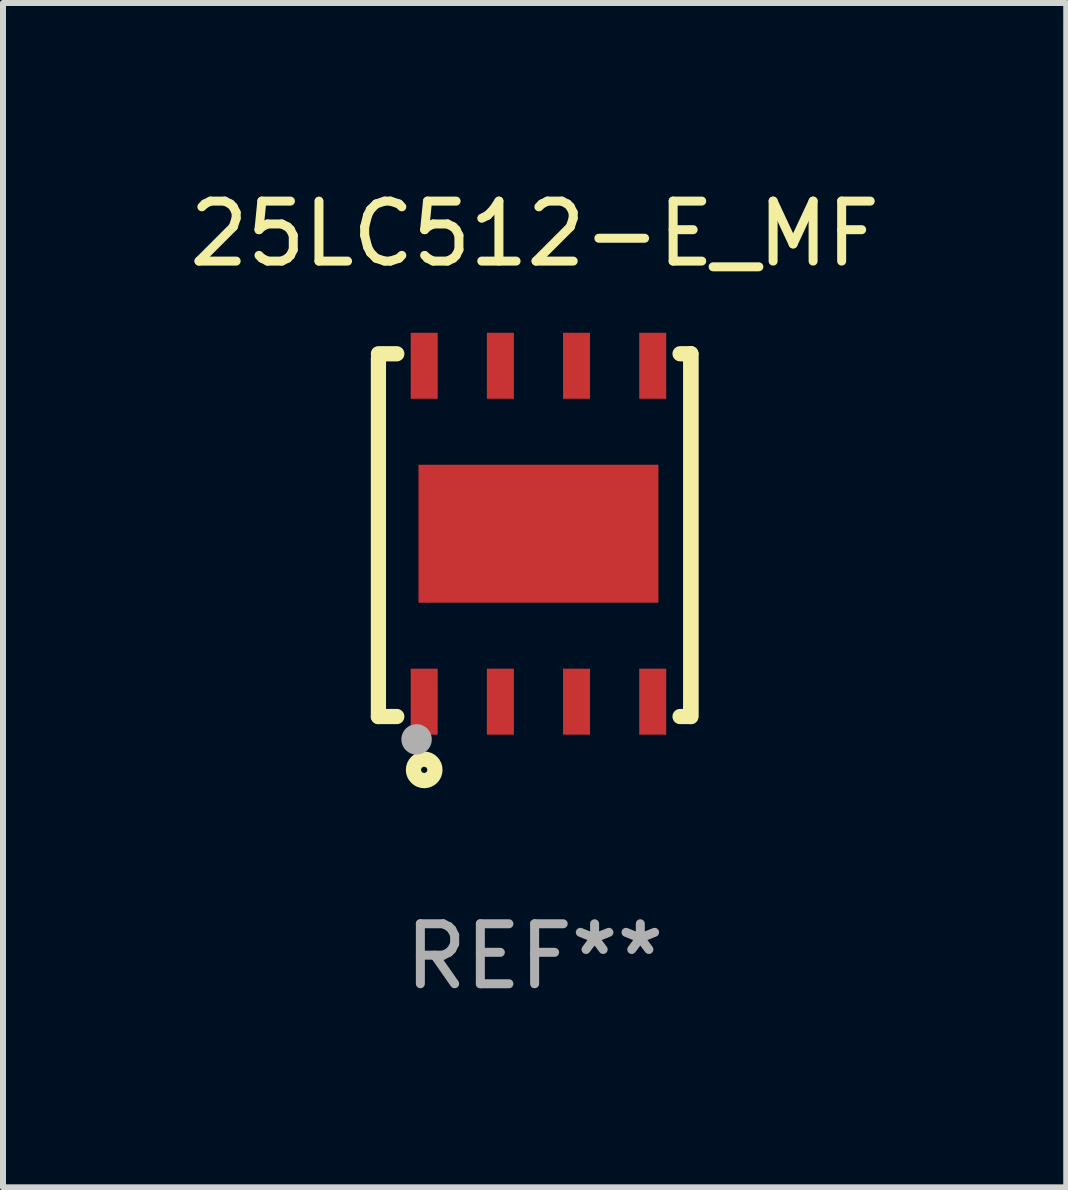
<source format=kicad_pcb>
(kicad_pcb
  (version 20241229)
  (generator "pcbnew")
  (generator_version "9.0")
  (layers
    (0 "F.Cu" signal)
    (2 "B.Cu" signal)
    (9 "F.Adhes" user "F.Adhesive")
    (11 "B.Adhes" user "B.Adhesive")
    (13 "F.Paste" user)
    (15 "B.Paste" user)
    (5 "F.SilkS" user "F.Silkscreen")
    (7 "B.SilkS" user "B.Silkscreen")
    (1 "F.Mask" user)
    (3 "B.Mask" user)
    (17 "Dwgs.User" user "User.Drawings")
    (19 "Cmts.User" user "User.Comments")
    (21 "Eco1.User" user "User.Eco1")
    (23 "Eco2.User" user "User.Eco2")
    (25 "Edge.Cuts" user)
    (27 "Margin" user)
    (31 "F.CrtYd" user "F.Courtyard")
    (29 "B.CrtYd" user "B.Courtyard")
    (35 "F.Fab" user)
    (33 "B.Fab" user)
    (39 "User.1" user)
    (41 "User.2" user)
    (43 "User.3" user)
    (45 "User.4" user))
  (footprint "25LC512-E_MF"
    (layer "F.Cu")
    (at 5.863 5.872)
    (property "Reference" "25LC512-E_MF" (at 0 -5.024 0) (layer "F.SilkS") (effects (font (size 1 1) (thickness 0.15))))
    (attr through_hole)
    (fp_line (start -2.604 -2.945) (end -2.604 3.024) (stroke (width 0.254) (type solid)) (layer "F.SilkS"))
    (fp_line (start -2.604 3.024) (end -2.298 3.024) (stroke (width 0.254) (type solid)) (layer "F.SilkS"))
    (fp_line (start -2.298 -3.024) (end -2.604 -3.024) (stroke (width 0.254) (type solid)) (layer "F.SilkS"))
    (fp_line (start 2.425 3.024) (end 2.604 3.024) (stroke (width 0.254) (type solid)) (layer "F.SilkS"))
    (fp_line (start 2.604 -3.024) (end 2.425 -3.024) (stroke (width 0.254) (type solid)) (layer "F.SilkS"))
    (fp_line (start 2.604 -3.024) (end 2.604 2.976) (stroke (width 0.254) (type solid)) (layer "F.SilkS"))
    (fp_line (start 2.604 3.024) (end 2.604 -3.024) (stroke (width 0.254) (type solid)) (layer "F.SilkS"))
    (fp_circle (center -2.436 2.976) (end -2.406 2.976) (stroke (width 0.06) (type solid)) (fill no) (layer "F.SilkS"))
    (fp_circle (center -1.841 3.913) (end -1.662 3.913) (stroke (width 0.254) (type solid)) (fill no) (layer "F.SilkS"))
    (fp_circle (center -1.968 3.405) (end -1.841 3.405) (stroke (width 0.254) (type solid)) (fill no) (layer "F.Fab"))
    (fp_text user "REF**" (at 0 7.024 0) (layer "F.Fab") (effects (font (size 1 1) (thickness 0.15))))
    (pad "1" smd rect (at -1.841 2.776) (size 0.45 1.1) (layers "F.Cu" "F.Mask" "F.Paste"))
    (pad "2" smd rect (at -0.571 2.776) (size 0.45 1.1) (layers "F.Cu" "F.Mask" "F.Paste"))
    (pad "3" smd rect (at 0.699 2.776) (size 0.45 1.1) (layers "F.Cu" "F.Mask" "F.Paste"))
    (pad "4" smd rect (at 1.969 2.776) (size 0.45 1.1) (layers "F.Cu" "F.Mask" "F.Paste"))
    (pad "5" smd rect (at 1.969 -2.824) (size 0.45 1.1) (layers "F.Cu" "F.Mask" "F.Paste"))
    (pad "6" smd rect (at 0.699 -2.824) (size 0.45 1.1) (layers "F.Cu" "F.Mask" "F.Paste"))
    (pad "7" smd rect (at -0.571 -2.824) (size 0.45 1.1) (layers "F.Cu" "F.Mask" "F.Paste"))
    (pad "8" smd rect (at -1.841 -2.824) (size 0.45 1.1) (layers "F.Cu" "F.Mask" "F.Paste"))
    (pad "9" smd rect (at 0.064 -0.024) (size 4 2.3) (layers "F.Cu" "F.Mask" "F.Paste")))
  (gr_rect
    (start -3 -3)
    (end 14.726 16.745)
    (stroke (width 0.1) (type default))
    (fill no)
    (layer "Edge.Cuts")))
</source>
